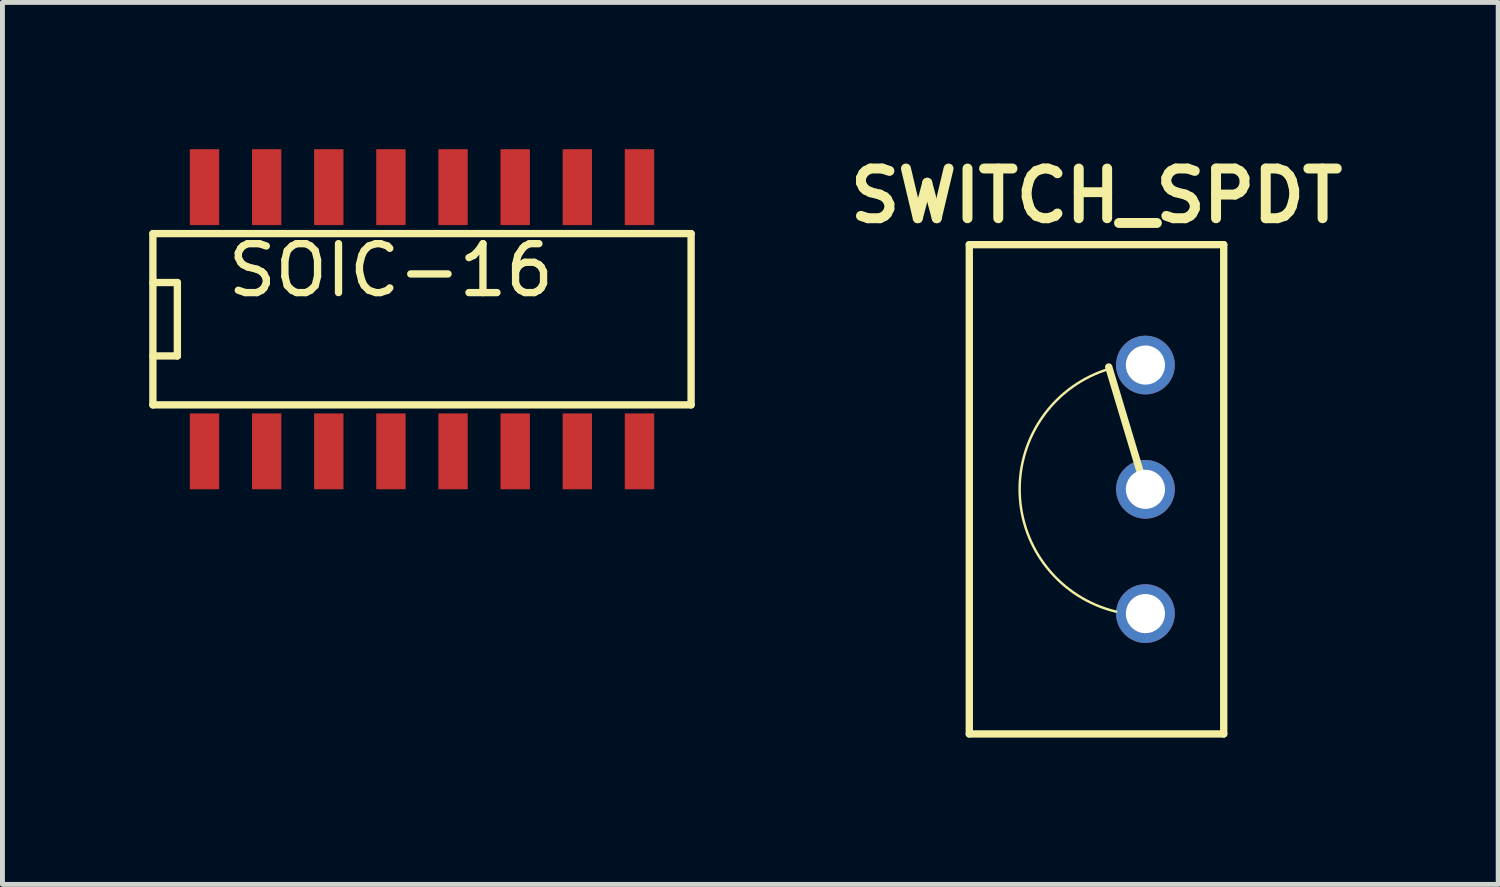
<source format=kicad_pcb>
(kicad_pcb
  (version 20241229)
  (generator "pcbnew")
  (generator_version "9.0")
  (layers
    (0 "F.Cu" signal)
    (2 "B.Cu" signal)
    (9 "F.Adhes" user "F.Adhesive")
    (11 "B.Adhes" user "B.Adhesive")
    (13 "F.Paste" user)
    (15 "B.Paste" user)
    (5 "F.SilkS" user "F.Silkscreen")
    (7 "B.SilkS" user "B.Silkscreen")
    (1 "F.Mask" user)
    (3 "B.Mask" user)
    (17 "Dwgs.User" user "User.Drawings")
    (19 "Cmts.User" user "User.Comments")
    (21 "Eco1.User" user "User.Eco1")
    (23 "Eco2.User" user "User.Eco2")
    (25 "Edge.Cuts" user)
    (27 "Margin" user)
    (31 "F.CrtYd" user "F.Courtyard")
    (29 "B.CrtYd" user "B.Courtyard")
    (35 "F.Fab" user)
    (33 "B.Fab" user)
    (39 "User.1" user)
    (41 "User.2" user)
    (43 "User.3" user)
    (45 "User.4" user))
  (footprint "SOIC-16"
    (layer "F.Cu")
    (at 5.575 3.475)
    (property "Reference" "SOIC-16" (at -0.635 -1 0) (layer "F.SilkS") (effects (font (size 1 1) (thickness 0.15))))
    (attr smd)
    (fp_line (start -5.5 -1.75) (end -5.5 1.75) (stroke (width 0.15) (type solid)) (layer "F.SilkS"))
    (fp_line (start -5.5 -1.75) (end 5.5 -1.75) (stroke (width 0.15) (type solid)) (layer "F.SilkS"))
    (fp_line (start -5.5 -0.75) (end -5 -0.75) (stroke (width 0.15) (type solid)) (layer "F.SilkS"))
    (fp_line (start -5.5 0.75) (end -5 0.75) (stroke (width 0.15) (type solid)) (layer "F.SilkS"))
    (fp_line (start -5.5 1.75) (end 5.5 1.75) (stroke (width 0.15) (type solid)) (layer "F.SilkS"))
    (fp_line (start -5 -0.75) (end -5 0.75) (stroke (width 0.15) (type solid)) (layer "F.SilkS"))
    (fp_line (start 5.5 1.75) (end 5.5 -1.75) (stroke (width 0.15) (type solid)) (layer "F.SilkS"))
    (pad "1" smd rect (at -4.445 2.7) (size 0.6 1.55) (layers "F.Cu" "F.Mask" "F.Paste"))
    (pad "2" smd rect (at -3.175 2.7) (size 0.6 1.55) (layers "F.Cu" "F.Mask" "F.Paste"))
    (pad "3" smd rect (at -1.905 2.7) (size 0.6 1.55) (layers "F.Cu" "F.Mask" "F.Paste"))
    (pad "4" smd rect (at -0.635 2.7) (size 0.6 1.55) (layers "F.Cu" "F.Mask" "F.Paste"))
    (pad "5" smd rect (at 0.635 2.7) (size 0.6 1.55) (layers "F.Cu" "F.Mask" "F.Paste"))
    (pad "6" smd rect (at 1.905 2.7) (size 0.6 1.55) (layers "F.Cu" "F.Mask" "F.Paste"))
    (pad "7" smd rect (at 3.175 2.7) (size 0.6 1.55) (layers "F.Cu" "F.Mask" "F.Paste"))
    (pad "8" smd rect (at 4.445 2.7) (size 0.6 1.55) (layers "F.Cu" "F.Mask" "F.Paste"))
    (pad "9" smd rect (at 4.445 -2.7) (size 0.6 1.55) (layers "F.Cu" "F.Mask" "F.Paste"))
    (pad "10" smd rect (at 3.175 -2.7) (size 0.6 1.55) (layers "F.Cu" "F.Mask" "F.Paste"))
    (pad "11" smd rect (at 1.905 -2.7) (size 0.6 1.55) (layers "F.Cu" "F.Mask" "F.Paste"))
    (pad "12" smd rect (at 0.635 -2.7) (size 0.6 1.55) (layers "F.Cu" "F.Mask" "F.Paste"))
    (pad "13" smd rect (at -0.635 -2.7) (size 0.6 1.55) (layers "F.Cu" "F.Mask" "F.Paste"))
    (pad "14" smd rect (at -1.905 -2.7) (size 0.6 1.55) (layers "F.Cu" "F.Mask" "F.Paste"))
    (pad "15" smd rect (at -3.175 -2.7) (size 0.6 1.55) (layers "F.Cu" "F.Mask" "F.Paste"))
    (pad "16" smd rect (at -4.445 -2.7) (size 0.6 1.55) (layers "F.Cu" "F.Mask" "F.Paste")))
  (footprint "SWITCH_SPDT"
    (layer "F.Cu")
    (at 19.361 6.951)
    (property "Reference" "SWITCH_SPDT" (at 0 -6 0) (layer "F.SilkS") (effects (font (size 1.016 1.016) (thickness 0.203))))
    (attr through_hole)
    (fp_line (start -2.6 -5) (end -2.6 5) (stroke (width 0.15) (type solid)) (layer "F.SilkS"))
    (fp_line (start -2.6 -5) (end 2.6 -5) (stroke (width 0.15) (type solid)) (layer "F.SilkS"))
    (fp_line (start -2.6 5) (end 2.6 5) (stroke (width 0.15) (type solid)) (layer "F.SilkS"))
    (fp_line (start 1 0) (end 0.25 -2.5) (stroke (width 0.15) (type solid)) (layer "F.SilkS"))
    (fp_line (start 2.6 -5) (end 2.6 5) (stroke (width 0.15) (type solid)) (layer "F.SilkS"))
    (fp_arc (start 0.4 2.5) (mid -1.570106 0.067492) (end 0.269615 -2.465064) (stroke (width 0.05) (type solid)) (layer "F.SilkS"))
    (pad "1" thru_hole circle (at 1 2.54) (size 1.2 1.2) (drill 0.8) (layers "*.Cu" "*.Mask"))
    (pad "2" thru_hole circle (at 1 0) (size 1.2 1.2) (drill 0.8) (layers "*.Cu" "*.Mask"))
    (pad "3" thru_hole circle (at 1 -2.54) (size 1.2 1.2) (drill 0.8) (layers "*.Cu" "*.Mask")))
  (gr_rect
    (start -3 -3)
    (end 27.571 15.026)
    (stroke (width 0.1) (type default))
    (fill no)
    (layer "Edge.Cuts")))
</source>
